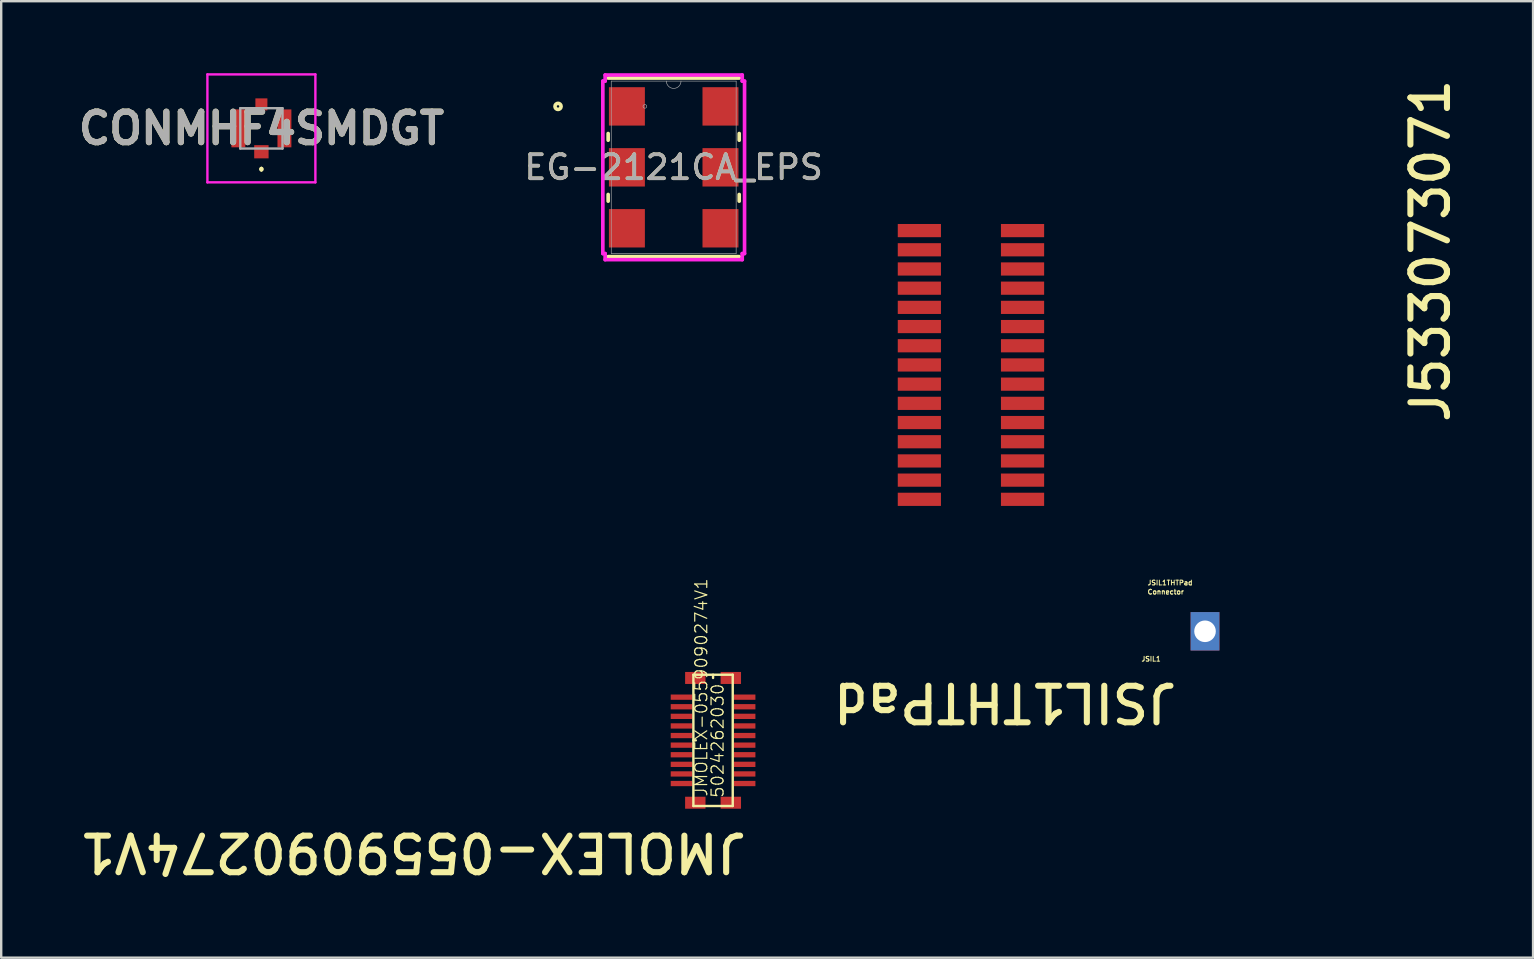
<source format=kicad_pcb>
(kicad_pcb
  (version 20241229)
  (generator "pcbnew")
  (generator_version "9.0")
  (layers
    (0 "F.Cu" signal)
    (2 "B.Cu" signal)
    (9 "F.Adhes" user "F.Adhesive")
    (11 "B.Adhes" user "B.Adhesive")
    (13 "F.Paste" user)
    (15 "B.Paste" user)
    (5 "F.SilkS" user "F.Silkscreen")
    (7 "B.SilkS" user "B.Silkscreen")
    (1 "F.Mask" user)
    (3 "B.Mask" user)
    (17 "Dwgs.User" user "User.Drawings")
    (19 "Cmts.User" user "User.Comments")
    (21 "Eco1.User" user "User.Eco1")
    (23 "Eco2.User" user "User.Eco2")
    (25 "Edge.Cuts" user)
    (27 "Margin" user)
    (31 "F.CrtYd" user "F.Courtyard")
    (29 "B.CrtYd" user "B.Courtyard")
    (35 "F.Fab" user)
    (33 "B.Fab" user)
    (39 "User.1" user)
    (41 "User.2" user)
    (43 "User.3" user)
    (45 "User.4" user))
  (footprint "CONMHF4SMDGT"
    (layer "F.Cu")
    (at 7.844 2.3)
    (property "Reference" "CONMHF4SMDGT" (at 0 0 0) (layer "F.SilkS") (effects (font (size 1.27 1.27) (thickness 0.254))))
    (attr smd)
    (fp_line (start 0 1.65) (end 0 1.65) (stroke (width 0.1) (type solid)) (layer "F.SilkS"))
    (fp_line (start 0 1.75) (end 0 1.75) (stroke (width 0.1) (type solid)) (layer "F.SilkS"))
    (fp_arc (start 0 1.65) (mid 0.05 1.7) (end 0 1.75) (stroke (width 0.1) (type solid)) (layer "F.SilkS"))
    (fp_arc (start 0 1.75) (mid -0.05 1.7) (end 0 1.65) (stroke (width 0.1) (type solid)) (layer "F.SilkS"))
    (fp_line (start -2.25 -2.25) (end 2.25 -2.25) (stroke (width 0.1) (type solid)) (layer "F.CrtYd"))
    (fp_line (start -2.25 2.25) (end -2.25 -2.25) (stroke (width 0.1) (type solid)) (layer "F.CrtYd"))
    (fp_line (start 2.25 -2.25) (end 2.25 2.25) (stroke (width 0.1) (type solid)) (layer "F.CrtYd"))
    (fp_line (start 2.25 2.25) (end -2.25 2.25) (stroke (width 0.1) (type solid)) (layer "F.CrtYd"))
    (fp_line (start -0.88 -0.84) (end 0.88 -0.84) (stroke (width 0.1) (type solid)) (layer "F.Fab"))
    (fp_line (start -0.88 0.84) (end -0.88 -0.84) (stroke (width 0.1) (type solid)) (layer "F.Fab"))
    (fp_line (start 0.88 -0.84) (end 0.88 0.84) (stroke (width 0.1) (type solid)) (layer "F.Fab"))
    (fp_line (start 0.88 0.84) (end -0.88 0.84) (stroke (width 0.1) (type solid)) (layer "F.Fab"))
    (fp_text user "${REFERENCE}" (at 0 0 0) (layer "F.Fab") (effects (font (size 1.27 1.27) (thickness 0.254))))
    (pad "1" smd rect (at 0 0.975 90) (size 0.55 0.6) (layers "F.Cu" "F.Mask" "F.Paste"))
    (pad "2" smd rect (at 0.96 0) (size 0.58 1.58) (layers "F.Cu" "F.Mask" "F.Paste"))
    (pad "3" smd rect (at 0 -1) (size 0.5 0.5) (layers "F.Cu" "F.Mask" "F.Paste"))
    (pad "4" smd rect (at -0.96 0) (size 0.58 1.58) (layers "F.Cu" "F.Mask" "F.Paste")))
  (footprint "JSIL1THTPad"
    (layer "F.Cu")
    (at 45.771 23.26)
    (property "Reference" "JSIL1THTPad" (at 0.343 2.07 180) (unlocked yes) (layer "F.SilkS") (effects (font (size 1.524 1.524) (thickness 0.254)) (justify left bottom)))
    (property "Value" "Connector" (at 0.343 -3.086 180) (unlocked yes) (layer "F.SilkS") (hide yes) (effects (font (size 1.524 1.524) (thickness 0.254)) (justify left bottom)))
    (fp_text user "${VALUE}" (at -1.016 -1.524 0) (unlocked yes) (layer "F.SilkS") (effects (font (size 0.2 0.2) (thickness 0.04)) (justify left bottom)))
    (fp_text user "${REFERENCE}" (at -1.016 -1.905 0) (unlocked yes) (layer "F.SilkS") (effects (font (size 0.2 0.2) (thickness 0.04)) (justify left bottom)))
    (fp_text user "JSIL1" (at -1.27 1.27 0) (unlocked yes) (layer "F.SilkS") (effects (font (size 0.2 0.2) (thickness 0.04)) (justify left bottom)))
    (pad "1" thru_hole rect (at 1.4 0) (size 1.2 1.6) (drill 0.9) (layers "*.Cu" "*.Mask")))
  (footprint "EG-2121CA_EPS"
    (layer "F.Cu")
    (at 25.027 3.924)
    (property "Reference" "EG-2121CA_EPS" (at 0 0 0) (unlocked yes) (layer "F.SilkS") (effects (font (size 1 1) (thickness 0.15))))
    (attr smd)
    (fp_line (start -2.731 -1.409) (end -2.731 -1.131) (stroke (width 0.152) (type solid)) (layer "F.SilkS"))
    (fp_line (start -2.731 1.131) (end -2.731 1.409) (stroke (width 0.152) (type solid)) (layer "F.SilkS"))
    (fp_line (start -2.731 3.721) (end 2.731 3.721) (stroke (width 0.152) (type solid)) (layer "F.SilkS"))
    (fp_line (start 2.731 -3.721) (end -2.731 -3.721) (stroke (width 0.152) (type solid)) (layer "F.SilkS"))
    (fp_line (start 2.731 -1.131) (end 2.731 -1.409) (stroke (width 0.152) (type solid)) (layer "F.SilkS"))
    (fp_line (start 2.731 1.409) (end 2.731 1.131) (stroke (width 0.152) (type solid)) (layer "F.SilkS"))
    (fp_circle (center -4.82 -2.54) (end -4.693 -2.54) (stroke (width 0.152) (type solid)) (fill no) (layer "F.SilkS"))
    (fp_line (start -2.953 -3.594) (end -2.857 -3.594) (stroke (width 0.152) (type solid)) (layer "F.CrtYd"))
    (fp_line (start -2.953 3.594) (end -2.953 -3.594) (stroke (width 0.152) (type solid)) (layer "F.CrtYd"))
    (fp_line (start -2.953 3.594) (end -2.857 3.594) (stroke (width 0.152) (type solid)) (layer "F.CrtYd"))
    (fp_line (start -2.857 -3.848) (end 2.857 -3.848) (stroke (width 0.152) (type solid)) (layer "F.CrtYd"))
    (fp_line (start -2.857 -3.594) (end -2.857 -3.848) (stroke (width 0.152) (type solid)) (layer "F.CrtYd"))
    (fp_line (start -2.857 3.848) (end -2.857 3.594) (stroke (width 0.152) (type solid)) (layer "F.CrtYd"))
    (fp_line (start 2.857 -3.848) (end 2.857 -3.594) (stroke (width 0.152) (type solid)) (layer "F.CrtYd"))
    (fp_line (start 2.857 3.594) (end 2.857 3.848) (stroke (width 0.152) (type solid)) (layer "F.CrtYd"))
    (fp_line (start 2.857 3.848) (end -2.857 3.848) (stroke (width 0.152) (type solid)) (layer "F.CrtYd"))
    (fp_line (start 2.953 -3.594) (end 2.857 -3.594) (stroke (width 0.152) (type solid)) (layer "F.CrtYd"))
    (fp_line (start 2.953 -3.594) (end 2.953 3.594) (stroke (width 0.152) (type solid)) (layer "F.CrtYd"))
    (fp_line (start 2.953 3.594) (end 2.857 3.594) (stroke (width 0.152) (type solid)) (layer "F.CrtYd"))
    (fp_line (start -2.603 -3.594) (end -2.603 3.594) (stroke (width 0.025) (type solid)) (layer "F.Fab"))
    (fp_line (start -2.603 3.594) (end 2.603 3.594) (stroke (width 0.025) (type solid)) (layer "F.Fab"))
    (fp_line (start 2.603 -3.594) (end -2.603 -3.594) (stroke (width 0.025) (type solid)) (layer "F.Fab"))
    (fp_line (start 2.603 3.594) (end 2.603 -3.594) (stroke (width 0.025) (type solid)) (layer "F.Fab"))
    (fp_arc (start 0.3048 -3.5941) (mid 0 -3.2893) (end -0.3048 -3.5941) (stroke (width 0.0254) (type solid)) (layer "F.Fab"))
    (fp_circle (center -1.201 -2.54) (end -1.125 -2.54) (stroke (width 0.025) (type solid)) (fill no) (layer "F.Fab"))
    (fp_text user "${REFERENCE}" (at 0 0 0) (unlocked yes) (layer "F.Fab") (effects (font (size 1 1) (thickness 0.15))))
    (pad "1" smd rect (at -1.95 -2.54) (size 1.499 1.6) (layers "F.Cu" "F.Mask" "F.Paste"))
    (pad "2" smd rect (at -1.95 0) (size 1.499 1.6) (layers "F.Cu" "F.Mask" "F.Paste"))
    (pad "3" smd rect (at -1.95 2.54) (size 1.499 1.6) (layers "F.Cu" "F.Mask" "F.Paste"))
    (pad "4" smd rect (at 1.95 2.54) (size 1.499 1.6) (layers "F.Cu" "F.Mask" "F.Paste"))
    (pad "5" smd rect (at 1.95 0) (size 1.499 1.6) (layers "F.Cu" "F.Mask" "F.Paste"))
    (pad "6" smd rect (at 1.95 -2.54) (size 1.499 1.6) (layers "F.Cu" "F.Mask" "F.Paste")))
  (footprint "JMOLEX-0559090274V1"
    (layer "F.Cu")
    (at 26.668 27.805)
    (property "Reference" "JMOLEX-0559090274V1" (at 1.511 3.772 180) (unlocked yes) (layer "F.SilkS") (effects (font (size 1.524 1.524) (thickness 0.254)) (justify left bottom)))
    (property "Value" "5024262030" (at 1.511 -5.296 180) (unlocked yes) (layer "F.SilkS") (hide yes) (effects (font (size 1.524 1.524) (thickness 0.254)) (justify left bottom)))
    (fp_line (start -0.82 2.735) (end -0.82 -2.735) (stroke (width 0.1) (type solid)) (layer "F.SilkS"))
    (fp_line (start -0.72 0) (end -0.82 0) (stroke (width 0.1) (type solid)) (layer "F.SilkS"))
    (fp_line (start 0 -2.6) (end 0 -2.735) (stroke (width 0.1) (type solid)) (layer "F.SilkS"))
    (fp_line (start 0.82 -2.735) (end -0.82 -2.735) (stroke (width 0.1) (type solid)) (layer "F.SilkS"))
    (fp_line (start 0.82 2.735) (end -0.82 2.735) (stroke (width 0.1) (type solid)) (layer "F.SilkS"))
    (fp_line (start 0.82 2.735) (end 0.82 -2.735) (stroke (width 0.1) (type solid)) (layer "F.SilkS"))
    (fp_text user "${REFERENCE}" (at -0.2 2.375 90) (unlocked yes) (layer "F.SilkS") (effects (font (size 0.5 0.5) (thickness 0.05)) (justify left bottom)))
    (fp_text user "${VALUE}" (at 0.48 2.43 90) (unlocked yes) (layer "F.SilkS") (effects (font (size 0.5 0.5) (thickness 0.05)) (justify left bottom)))
    (pad "1" smd rect (at -1.315 -1.8) (size 0.9 0.22) (layers "F.Cu" "F.Mask" "F.Paste"))
    (pad "2" smd rect (at 1.315 -1.8) (size 0.9 0.22) (layers "F.Cu" "F.Mask" "F.Paste"))
    (pad "3" smd rect (at -1.315 -1.4) (size 0.9 0.22) (layers "F.Cu" "F.Mask" "F.Paste"))
    (pad "4" smd rect (at 1.315 -1.4) (size 0.9 0.22) (layers "F.Cu" "F.Mask" "F.Paste"))
    (pad "5" smd rect (at -1.315 -1) (size 0.9 0.22) (layers "F.Cu" "F.Mask" "F.Paste"))
    (pad "6" smd rect (at 1.315 -1) (size 0.9 0.22) (layers "F.Cu" "F.Mask" "F.Paste"))
    (pad "7" smd rect (at -1.315 -0.6) (size 0.9 0.22) (layers "F.Cu" "F.Mask" "F.Paste"))
    (pad "8" smd rect (at 1.315 -0.6) (size 0.9 0.22) (layers "F.Cu" "F.Mask" "F.Paste"))
    (pad "9" smd rect (at -1.315 -0.2) (size 0.9 0.22) (layers "F.Cu" "F.Mask" "F.Paste"))
    (pad "10" smd rect (at 1.315 -0.2) (size 0.9 0.22) (layers "F.Cu" "F.Mask" "F.Paste"))
    (pad "11" smd rect (at -1.315 0.2) (size 0.9 0.22) (layers "F.Cu" "F.Mask" "F.Paste"))
    (pad "12" smd rect (at 1.315 0.2) (size 0.9 0.22) (layers "F.Cu" "F.Mask" "F.Paste"))
    (pad "13" smd rect (at -1.315 0.6) (size 0.9 0.22) (layers "F.Cu" "F.Mask" "F.Paste"))
    (pad "14" smd rect (at 1.315 0.6) (size 0.9 0.22) (layers "F.Cu" "F.Mask" "F.Paste"))
    (pad "15" smd rect (at -1.315 1) (size 0.9 0.22) (layers "F.Cu" "F.Mask" "F.Paste"))
    (pad "16" smd rect (at 1.315 1) (size 0.9 0.22) (layers "F.Cu" "F.Mask" "F.Paste"))
    (pad "17" smd rect (at -1.315 1.4) (size 0.9 0.22) (layers "F.Cu" "F.Mask" "F.Paste"))
    (pad "18" smd rect (at 1.315 1.4) (size 0.9 0.22) (layers "F.Cu" "F.Mask" "F.Paste"))
    (pad "19" smd rect (at -1.315 1.8) (size 0.9 0.22) (layers "F.Cu" "F.Mask" "F.Paste"))
    (pad "20" smd rect (at 1.315 1.8) (size 0.9 0.22) (layers "F.Cu" "F.Mask" "F.Paste"))
    (pad "T1" smd rect (at -0.74 -2.6) (size 0.85 0.5) (layers "F.Cu" "F.Mask" "F.Paste"))
    (pad "T2" smd rect (at -0.74 2.6) (size 0.85 0.5) (layers "F.Cu" "F.Mask" "F.Paste"))
    (pad "T3" smd rect (at 0.74 2.6) (size 0.85 0.5) (layers "F.Cu" "F.Mask" "F.Paste"))
    (pad "T4" smd rect (at 0.74 -2.6) (size 0.85 0.5) (layers "F.Cu" "F.Mask" "F.Paste")))
  (footprint "J533073071"
    (layer "F.Cu")
    (at 37.416 12.16)
    (property "Reference" "J533073071" (at 20.038 2.521 90) (unlocked yes) (layer "F.SilkS") (effects (font (size 1.524 1.524) (thickness 0.254)) (justify left bottom)))
    (pad "1" smd rect (at -2.15 -5.6) (size 1.8 0.55) (layers "F.Cu" "F.Mask" "F.Paste"))
    (pad "2" smd rect (at -2.15 -4.8) (size 1.8 0.55) (layers "F.Cu" "F.Mask" "F.Paste"))
    (pad "3" smd rect (at -2.15 -4) (size 1.8 0.55) (layers "F.Cu" "F.Mask" "F.Paste"))
    (pad "4" smd rect (at -2.15 -3.2) (size 1.8 0.55) (layers "F.Cu" "F.Mask" "F.Paste"))
    (pad "5" smd rect (at -2.15 -2.4) (size 1.8 0.55) (layers "F.Cu" "F.Mask" "F.Paste"))
    (pad "6" smd rect (at -2.15 -1.6) (size 1.8 0.55) (layers "F.Cu" "F.Mask" "F.Paste"))
    (pad "7" smd rect (at -2.15 -0.8) (size 1.8 0.55) (layers "F.Cu" "F.Mask" "F.Paste"))
    (pad "8" smd rect (at -2.15 0) (size 1.8 0.55) (layers "F.Cu" "F.Mask" "F.Paste"))
    (pad "9" smd rect (at -2.15 0.8) (size 1.8 0.55) (layers "F.Cu" "F.Mask" "F.Paste"))
    (pad "10" smd rect (at -2.15 1.6) (size 1.8 0.55) (layers "F.Cu" "F.Mask" "F.Paste"))
    (pad "11" smd rect (at -2.15 2.4) (size 1.8 0.55) (layers "F.Cu" "F.Mask" "F.Paste"))
    (pad "12" smd rect (at -2.15 3.2) (size 1.8 0.55) (layers "F.Cu" "F.Mask" "F.Paste"))
    (pad "13" smd rect (at -2.15 4) (size 1.8 0.55) (layers "F.Cu" "F.Mask" "F.Paste"))
    (pad "14" smd rect (at -2.15 4.8) (size 1.8 0.55) (layers "F.Cu" "F.Mask" "F.Paste"))
    (pad "15" smd rect (at -2.15 5.6) (size 1.8 0.55) (layers "F.Cu" "F.Mask" "F.Paste"))
    (pad "16" smd rect (at 2.15 5.6) (size 1.8 0.55) (layers "F.Cu" "F.Mask" "F.Paste"))
    (pad "17" smd rect (at 2.15 4.8) (size 1.8 0.55) (layers "F.Cu" "F.Mask" "F.Paste"))
    (pad "18" smd rect (at 2.15 4) (size 1.8 0.55) (layers "F.Cu" "F.Mask" "F.Paste"))
    (pad "19" smd rect (at 2.15 3.2) (size 1.8 0.55) (layers "F.Cu" "F.Mask" "F.Paste"))
    (pad "20" smd rect (at 2.15 2.4) (size 1.8 0.55) (layers "F.Cu" "F.Mask" "F.Paste"))
    (pad "21" smd rect (at 2.15 1.6) (size 1.8 0.55) (layers "F.Cu" "F.Mask" "F.Paste"))
    (pad "22" smd rect (at 2.15 0.8) (size 1.8 0.55) (layers "F.Cu" "F.Mask" "F.Paste"))
    (pad "23" smd rect (at 2.15 0) (size 1.8 0.55) (layers "F.Cu" "F.Mask" "F.Paste"))
    (pad "24" smd rect (at 2.15 -0.8) (size 1.8 0.55) (layers "F.Cu" "F.Mask" "F.Paste"))
    (pad "25" smd rect (at 2.15 -1.6) (size 1.8 0.55) (layers "F.Cu" "F.Mask" "F.Paste"))
    (pad "26" smd rect (at 2.15 -2.4) (size 1.8 0.55) (layers "F.Cu" "F.Mask" "F.Paste"))
    (pad "27" smd rect (at 2.15 -3.2) (size 1.8 0.55) (layers "F.Cu" "F.Mask" "F.Paste"))
    (pad "28" smd rect (at 2.15 -4) (size 1.8 0.55) (layers "F.Cu" "F.Mask" "F.Paste"))
    (pad "29" smd rect (at 2.15 -4.8) (size 1.8 0.55) (layers "F.Cu" "F.Mask" "F.Paste"))
    (pad "30" smd rect (at 2.15 -5.6) (size 1.8 0.55) (layers "F.Cu" "F.Mask" "F.Paste")))
  (gr_rect
    (start -3 -3)
    (end 60.843 36.863)
    (stroke (width 0.1) (type default))
    (fill no)
    (layer "Edge.Cuts")))
</source>
